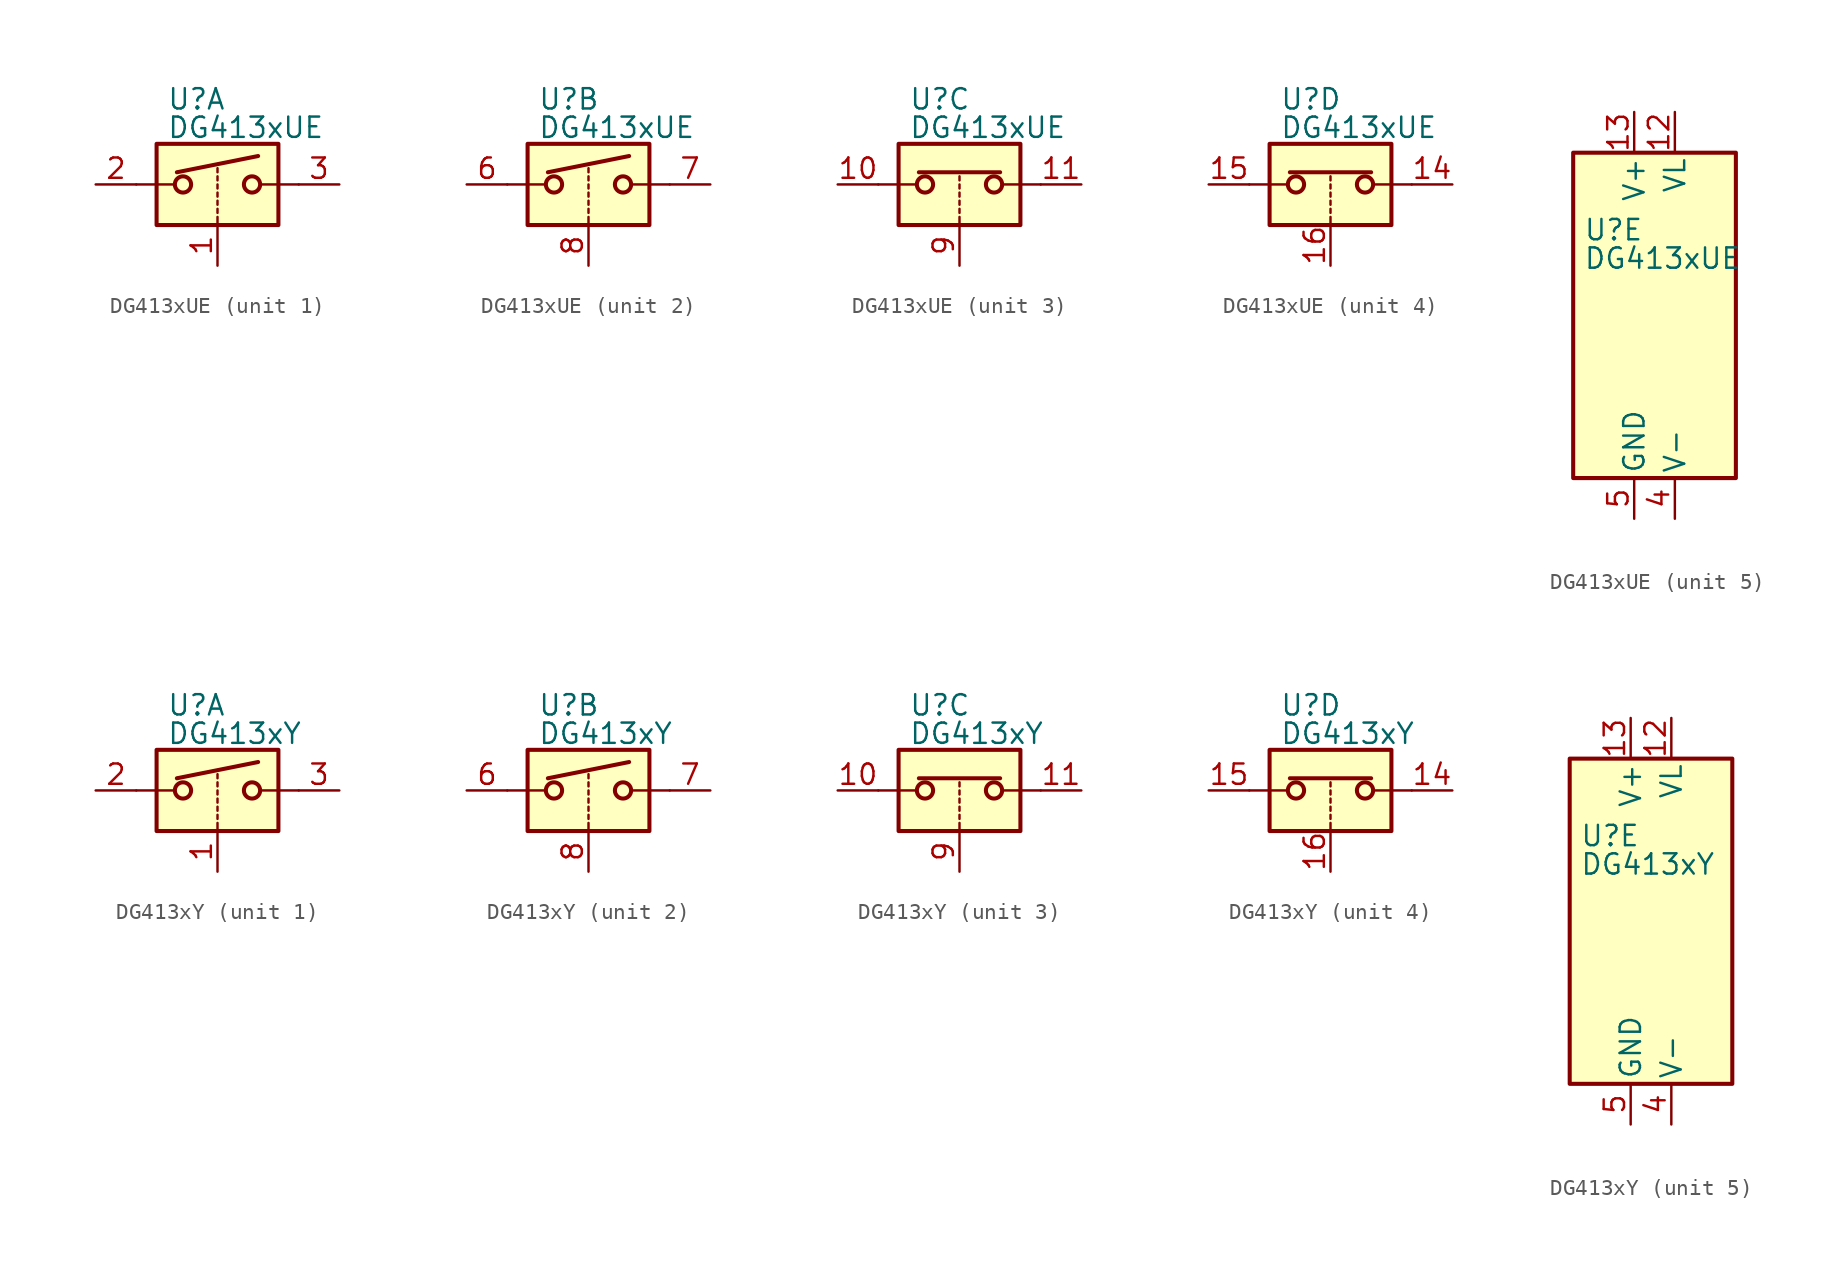
<source format=kicad_sym>
(kicad_symbol_lib
  (version 20201005)
  (generator kicad_symbol_editor)
  (symbol "Analog_Switch:DG413xUE"
    (pin_names
      (offset 0.254))
    (property "Reference" "U"
      (at -3.175 5.334 0)
      (effects (font (size 1.27 1.27)) (justify left)))
    (property "Value" "DG413xUE"
      (at -3.175 3.556 0)
      (effects (font (size 1.27 1.27)) (justify left)))
    (symbol "DG413xUE_1_1"
      (circle (center -2.159 0) (radius 0.508) (stroke (width 0.254)) (fill (type none)))
      (circle (center 2.159 0) (radius 0.508) (stroke (width 0.254)) (fill (type none)))
      (rectangle (start -3.81 2.54) (end 3.81 -2.54) (stroke (width 0.254)) (fill (type background)))
      (polyline (pts (xy -5.08 0) (xy -2.794 0)) (stroke (width 0)) (fill (type none)))
      (polyline (pts (xy -2.54 0.762) (xy 2.54 1.778)) (stroke (width 0.254)) (fill (type none)))
      (polyline (pts (xy 0 -2.54) (xy 0 -2.032)) (stroke (width 0)) (fill (type none)))
      (polyline (pts (xy 0 -1.778) (xy 0 -1.524)) (stroke (width 0)) (fill (type none)))
      (polyline (pts (xy 0 -1.27) (xy 0 -1.016)) (stroke (width 0)) (fill (type none)))
      (polyline (pts (xy 0 -0.762) (xy 0 -0.508)) (stroke (width 0)) (fill (type none)))
      (polyline (pts (xy 0 -0.254) (xy 0 0)) (stroke (width 0)) (fill (type none)))
      (polyline (pts (xy 0 0.254) (xy 0 0.508)) (stroke (width 0)) (fill (type none)))
      (polyline (pts (xy 0 0.762) (xy 0 1.016)) (stroke (width 0)) (fill (type none)))
      (polyline (pts (xy 5.08 0) (xy 2.794 0)) (stroke (width 0)) (fill (type none)))
      (pin input line (at 0 -5.08 90) (length 2.54) (name "~" (effects (font (size 1.27 1.27)))) (number "1" (effects (font (size 1.27 1.27)))))
      (pin passive line (at -7.62 0 0) (length 2.54) (name "~" (effects (font (size 1.27 1.27)))) (number "2" (effects (font (size 1.27 1.27)))))
      (pin passive line (at 7.62 0 180) (length 2.54) (name "~" (effects (font (size 1.27 1.27)))) (number "3" (effects (font (size 1.27 1.27))))))
    (symbol "DG413xUE_2_1"
      (circle (center -2.159 0) (radius 0.508) (stroke (width 0.254)) (fill (type none)))
      (circle (center 2.159 0) (radius 0.508) (stroke (width 0.254)) (fill (type none)))
      (rectangle (start -3.81 2.54) (end 3.81 -2.54) (stroke (width 0.254)) (fill (type background)))
      (polyline (pts (xy -5.08 0) (xy -2.794 0)) (stroke (width 0)) (fill (type none)))
      (polyline (pts (xy -2.54 0.762) (xy 2.54 1.778)) (stroke (width 0.254)) (fill (type none)))
      (polyline (pts (xy 0 -2.54) (xy 0 -2.032)) (stroke (width 0)) (fill (type none)))
      (polyline (pts (xy 0 -1.778) (xy 0 -1.524)) (stroke (width 0)) (fill (type none)))
      (polyline (pts (xy 0 -1.27) (xy 0 -1.016)) (stroke (width 0)) (fill (type none)))
      (polyline (pts (xy 0 -0.762) (xy 0 -0.508)) (stroke (width 0)) (fill (type none)))
      (polyline (pts (xy 0 -0.254) (xy 0 0)) (stroke (width 0)) (fill (type none)))
      (polyline (pts (xy 0 0.254) (xy 0 0.508)) (stroke (width 0)) (fill (type none)))
      (polyline (pts (xy 0 0.762) (xy 0 1.016)) (stroke (width 0)) (fill (type none)))
      (polyline (pts (xy 5.08 0) (xy 2.794 0)) (stroke (width 0)) (fill (type none)))
      (pin passive line (at -7.62 0 0) (length 2.54) (name "~" (effects (font (size 1.27 1.27)))) (number "6" (effects (font (size 1.27 1.27)))))
      (pin passive line (at 7.62 0 180) (length 2.54) (name "~" (effects (font (size 1.27 1.27)))) (number "7" (effects (font (size 1.27 1.27)))))
      (pin input line (at 0 -5.08 90) (length 2.54) (name "~" (effects (font (size 1.27 1.27)))) (number "8" (effects (font (size 1.27 1.27))))))
    (symbol "DG413xUE_3_1"
      (circle (center -2.159 0) (radius 0.508) (stroke (width 0.254)) (fill (type none)))
      (circle (center 2.159 0) (radius 0.508) (stroke (width 0.254)) (fill (type none)))
      (rectangle (start -3.81 2.54) (end 3.81 -2.54) (stroke (width 0.254)) (fill (type background)))
      (polyline (pts (xy -5.08 0) (xy -2.794 0)) (stroke (width 0)) (fill (type none)))
      (polyline (pts (xy -2.54 0.762) (xy 2.54 0.762)) (stroke (width 0.254)) (fill (type none)))
      (polyline (pts (xy 0 -2.54) (xy 0 -2.032)) (stroke (width 0)) (fill (type none)))
      (polyline (pts (xy 0 -1.778) (xy 0 -1.524)) (stroke (width 0)) (fill (type none)))
      (polyline (pts (xy 0 -1.27) (xy 0 -1.016)) (stroke (width 0)) (fill (type none)))
      (polyline (pts (xy 0 -0.762) (xy 0 -0.508)) (stroke (width 0)) (fill (type none)))
      (polyline (pts (xy 0 -0.254) (xy 0 0)) (stroke (width 0)) (fill (type none)))
      (polyline (pts (xy 0 0.254) (xy 0 0.508)) (stroke (width 0)) (fill (type none)))
      (polyline (pts (xy 5.08 0) (xy 2.794 0)) (stroke (width 0)) (fill (type none)))
      (pin passive line (at -7.62 0 0) (length 2.54) (name "~" (effects (font (size 1.27 1.27)))) (number "10" (effects (font (size 1.27 1.27)))))
      (pin passive line (at 7.62 0 180) (length 2.54) (name "~" (effects (font (size 1.27 1.27)))) (number "11" (effects (font (size 1.27 1.27)))))
      (pin input line (at 0 -5.08 90) (length 2.54) (name "~" (effects (font (size 1.27 1.27)))) (number "9" (effects (font (size 1.27 1.27))))))
    (symbol "DG413xUE_4_1"
      (circle (center -2.159 0) (radius 0.508) (stroke (width 0.254)) (fill (type none)))
      (circle (center 2.159 0) (radius 0.508) (stroke (width 0.254)) (fill (type none)))
      (rectangle (start -3.81 2.54) (end 3.81 -2.54) (stroke (width 0.254)) (fill (type background)))
      (polyline (pts (xy -5.08 0) (xy -2.794 0)) (stroke (width 0)) (fill (type none)))
      (polyline (pts (xy -2.54 0.762) (xy 2.54 0.762)) (stroke (width 0.254)) (fill (type none)))
      (polyline (pts (xy 0 -2.54) (xy 0 -2.032)) (stroke (width 0)) (fill (type none)))
      (polyline (pts (xy 0 -1.778) (xy 0 -1.524)) (stroke (width 0)) (fill (type none)))
      (polyline (pts (xy 0 -1.27) (xy 0 -1.016)) (stroke (width 0)) (fill (type none)))
      (polyline (pts (xy 0 -0.762) (xy 0 -0.508)) (stroke (width 0)) (fill (type none)))
      (polyline (pts (xy 0 -0.254) (xy 0 0)) (stroke (width 0)) (fill (type none)))
      (polyline (pts (xy 0 0.254) (xy 0 0.508)) (stroke (width 0)) (fill (type none)))
      (polyline (pts (xy 5.08 0) (xy 2.794 0)) (stroke (width 0)) (fill (type none)))
      (pin passive line (at 7.62 0 180) (length 2.54) (name "~" (effects (font (size 1.27 1.27)))) (number "14" (effects (font (size 1.27 1.27)))))
      (pin passive line (at -7.62 0 0) (length 2.54) (name "~" (effects (font (size 1.27 1.27)))) (number "15" (effects (font (size 1.27 1.27)))))
      (pin input line (at 0 -5.08 90) (length 2.54) (name "~" (effects (font (size 1.27 1.27)))) (number "16" (effects (font (size 1.27 1.27))))))
    (symbol "DG413xUE_5_0"
      (pin power_in line (at 2.54 12.7 270) (length 2.54) (name "VL" (effects (font (size 1.27 1.27)))) (number "12" (effects (font (size 1.27 1.27)))))
      (pin power_in line (at 0 12.7 270) (length 2.54) (name "V+" (effects (font (size 1.27 1.27)))) (number "13" (effects (font (size 1.27 1.27)))))
      (pin power_in line (at 2.54 -12.7 90) (length 2.54) (name "V-" (effects (font (size 1.27 1.27)))) (number "4" (effects (font (size 1.27 1.27)))))
      (pin power_in line (at 0 -12.7 90) (length 2.54) (name "GND" (effects (font (size 1.27 1.27)))) (number "5" (effects (font (size 1.27 1.27))))))
    (symbol "DG413xUE_5_1"
      (rectangle (start -3.81 10.16) (end 6.35 -10.16) (stroke (width 0.254)) (fill (type background)))))
  (symbol "Analog_Switch:DG413xY"
    (pin_names
      (offset 0.254))
    (property "Reference" "U"
      (at -3.175 5.334 0)
      (effects (font (size 1.27 1.27)) (justify left)))
    (property "Value" "DG413xY"
      (at -3.175 3.556 0)
      (effects (font (size 1.27 1.27)) (justify left)))
    (symbol "DG413xY_1_1"
      (circle (center -2.159 0) (radius 0.508) (stroke (width 0.254)) (fill (type none)))
      (circle (center 2.159 0) (radius 0.508) (stroke (width 0.254)) (fill (type none)))
      (rectangle (start -3.81 2.54) (end 3.81 -2.54) (stroke (width 0.254)) (fill (type background)))
      (polyline (pts (xy -5.08 0) (xy -2.794 0)) (stroke (width 0)) (fill (type none)))
      (polyline (pts (xy -2.54 0.762) (xy 2.54 1.778)) (stroke (width 0.254)) (fill (type none)))
      (polyline (pts (xy 0 -2.54) (xy 0 -2.032)) (stroke (width 0)) (fill (type none)))
      (polyline (pts (xy 0 -1.778) (xy 0 -1.524)) (stroke (width 0)) (fill (type none)))
      (polyline (pts (xy 0 -1.27) (xy 0 -1.016)) (stroke (width 0)) (fill (type none)))
      (polyline (pts (xy 0 -0.762) (xy 0 -0.508)) (stroke (width 0)) (fill (type none)))
      (polyline (pts (xy 0 -0.254) (xy 0 0)) (stroke (width 0)) (fill (type none)))
      (polyline (pts (xy 0 0.254) (xy 0 0.508)) (stroke (width 0)) (fill (type none)))
      (polyline (pts (xy 0 0.762) (xy 0 1.016)) (stroke (width 0)) (fill (type none)))
      (polyline (pts (xy 5.08 0) (xy 2.794 0)) (stroke (width 0)) (fill (type none)))
      (pin input line (at 0 -5.08 90) (length 2.54) (name "~" (effects (font (size 1.27 1.27)))) (number "1" (effects (font (size 1.27 1.27)))))
      (pin passive line (at -7.62 0 0) (length 2.54) (name "~" (effects (font (size 1.27 1.27)))) (number "2" (effects (font (size 1.27 1.27)))))
      (pin passive line (at 7.62 0 180) (length 2.54) (name "~" (effects (font (size 1.27 1.27)))) (number "3" (effects (font (size 1.27 1.27))))))
    (symbol "DG413xY_2_1"
      (circle (center -2.159 0) (radius 0.508) (stroke (width 0.254)) (fill (type none)))
      (circle (center 2.159 0) (radius 0.508) (stroke (width 0.254)) (fill (type none)))
      (rectangle (start -3.81 2.54) (end 3.81 -2.54) (stroke (width 0.254)) (fill (type background)))
      (polyline (pts (xy -5.08 0) (xy -2.794 0)) (stroke (width 0)) (fill (type none)))
      (polyline (pts (xy -2.54 0.762) (xy 2.54 1.778)) (stroke (width 0.254)) (fill (type none)))
      (polyline (pts (xy 0 -2.54) (xy 0 -2.032)) (stroke (width 0)) (fill (type none)))
      (polyline (pts (xy 0 -1.778) (xy 0 -1.524)) (stroke (width 0)) (fill (type none)))
      (polyline (pts (xy 0 -1.27) (xy 0 -1.016)) (stroke (width 0)) (fill (type none)))
      (polyline (pts (xy 0 -0.762) (xy 0 -0.508)) (stroke (width 0)) (fill (type none)))
      (polyline (pts (xy 0 -0.254) (xy 0 0)) (stroke (width 0)) (fill (type none)))
      (polyline (pts (xy 0 0.254) (xy 0 0.508)) (stroke (width 0)) (fill (type none)))
      (polyline (pts (xy 0 0.762) (xy 0 1.016)) (stroke (width 0)) (fill (type none)))
      (polyline (pts (xy 5.08 0) (xy 2.794 0)) (stroke (width 0)) (fill (type none)))
      (pin passive line (at -7.62 0 0) (length 2.54) (name "~" (effects (font (size 1.27 1.27)))) (number "6" (effects (font (size 1.27 1.27)))))
      (pin passive line (at 7.62 0 180) (length 2.54) (name "~" (effects (font (size 1.27 1.27)))) (number "7" (effects (font (size 1.27 1.27)))))
      (pin input line (at 0 -5.08 90) (length 2.54) (name "~" (effects (font (size 1.27 1.27)))) (number "8" (effects (font (size 1.27 1.27))))))
    (symbol "DG413xY_3_1"
      (circle (center -2.159 0) (radius 0.508) (stroke (width 0.254)) (fill (type none)))
      (circle (center 2.159 0) (radius 0.508) (stroke (width 0.254)) (fill (type none)))
      (rectangle (start -3.81 2.54) (end 3.81 -2.54) (stroke (width 0.254)) (fill (type background)))
      (polyline (pts (xy -5.08 0) (xy -2.794 0)) (stroke (width 0)) (fill (type none)))
      (polyline (pts (xy -2.54 0.762) (xy 2.54 0.762)) (stroke (width 0.254)) (fill (type none)))
      (polyline (pts (xy 0 -2.54) (xy 0 -2.032)) (stroke (width 0)) (fill (type none)))
      (polyline (pts (xy 0 -1.778) (xy 0 -1.524)) (stroke (width 0)) (fill (type none)))
      (polyline (pts (xy 0 -1.27) (xy 0 -1.016)) (stroke (width 0)) (fill (type none)))
      (polyline (pts (xy 0 -0.762) (xy 0 -0.508)) (stroke (width 0)) (fill (type none)))
      (polyline (pts (xy 0 -0.254) (xy 0 0)) (stroke (width 0)) (fill (type none)))
      (polyline (pts (xy 0 0.254) (xy 0 0.508)) (stroke (width 0)) (fill (type none)))
      (polyline (pts (xy 5.08 0) (xy 2.794 0)) (stroke (width 0)) (fill (type none)))
      (pin passive line (at -7.62 0 0) (length 2.54) (name "~" (effects (font (size 1.27 1.27)))) (number "10" (effects (font (size 1.27 1.27)))))
      (pin passive line (at 7.62 0 180) (length 2.54) (name "~" (effects (font (size 1.27 1.27)))) (number "11" (effects (font (size 1.27 1.27)))))
      (pin input line (at 0 -5.08 90) (length 2.54) (name "~" (effects (font (size 1.27 1.27)))) (number "9" (effects (font (size 1.27 1.27))))))
    (symbol "DG413xY_4_1"
      (circle (center -2.159 0) (radius 0.508) (stroke (width 0.254)) (fill (type none)))
      (circle (center 2.159 0) (radius 0.508) (stroke (width 0.254)) (fill (type none)))
      (rectangle (start -3.81 2.54) (end 3.81 -2.54) (stroke (width 0.254)) (fill (type background)))
      (polyline (pts (xy -5.08 0) (xy -2.794 0)) (stroke (width 0)) (fill (type none)))
      (polyline (pts (xy -2.54 0.762) (xy 2.54 0.762)) (stroke (width 0.254)) (fill (type none)))
      (polyline (pts (xy 0 -2.54) (xy 0 -2.032)) (stroke (width 0)) (fill (type none)))
      (polyline (pts (xy 0 -1.778) (xy 0 -1.524)) (stroke (width 0)) (fill (type none)))
      (polyline (pts (xy 0 -1.27) (xy 0 -1.016)) (stroke (width 0)) (fill (type none)))
      (polyline (pts (xy 0 -0.762) (xy 0 -0.508)) (stroke (width 0)) (fill (type none)))
      (polyline (pts (xy 0 -0.254) (xy 0 0)) (stroke (width 0)) (fill (type none)))
      (polyline (pts (xy 0 0.254) (xy 0 0.508)) (stroke (width 0)) (fill (type none)))
      (polyline (pts (xy 5.08 0) (xy 2.794 0)) (stroke (width 0)) (fill (type none)))
      (pin passive line (at 7.62 0 180) (length 2.54) (name "~" (effects (font (size 1.27 1.27)))) (number "14" (effects (font (size 1.27 1.27)))))
      (pin passive line (at -7.62 0 0) (length 2.54) (name "~" (effects (font (size 1.27 1.27)))) (number "15" (effects (font (size 1.27 1.27)))))
      (pin input line (at 0 -5.08 90) (length 2.54) (name "~" (effects (font (size 1.27 1.27)))) (number "16" (effects (font (size 1.27 1.27))))))
    (symbol "DG413xY_5_0"
      (pin power_in line (at 2.54 12.7 270) (length 2.54) (name "VL" (effects (font (size 1.27 1.27)))) (number "12" (effects (font (size 1.27 1.27)))))
      (pin power_in line (at 0 12.7 270) (length 2.54) (name "V+" (effects (font (size 1.27 1.27)))) (number "13" (effects (font (size 1.27 1.27)))))
      (pin power_in line (at 2.54 -12.7 90) (length 2.54) (name "V-" (effects (font (size 1.27 1.27)))) (number "4" (effects (font (size 1.27 1.27)))))
      (pin power_in line (at 0 -12.7 90) (length 2.54) (name "GND" (effects (font (size 1.27 1.27)))) (number "5" (effects (font (size 1.27 1.27))))))
    (symbol "DG413xY_5_1"
      (rectangle (start -3.81 10.16) (end 6.35 -10.16) (stroke (width 0.254)) (fill (type background))))))
</source>
